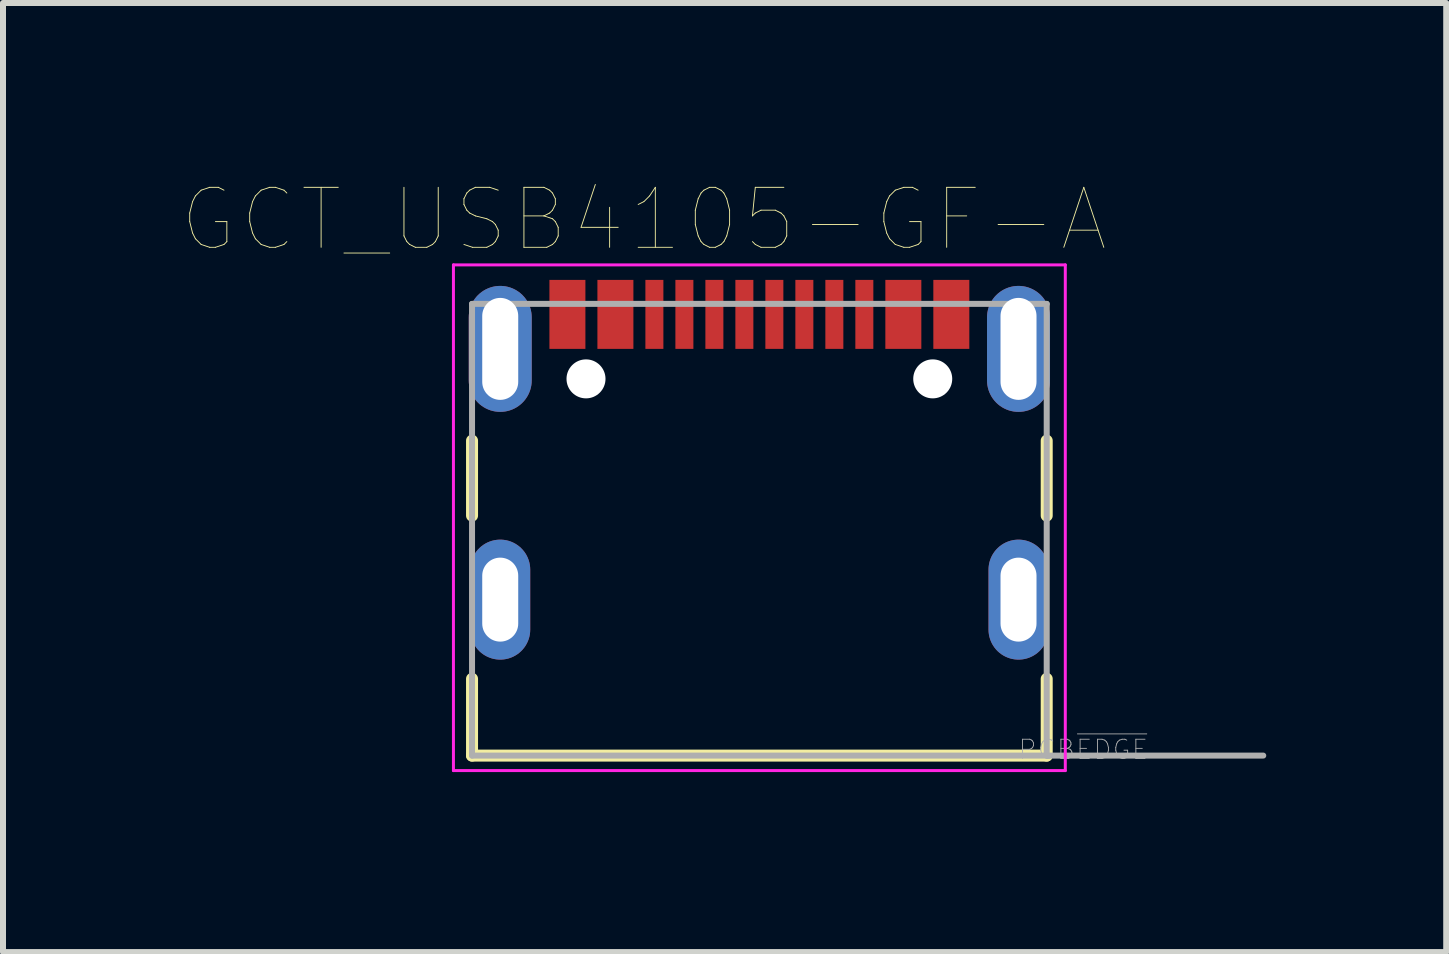
<source format=kicad_pcb>
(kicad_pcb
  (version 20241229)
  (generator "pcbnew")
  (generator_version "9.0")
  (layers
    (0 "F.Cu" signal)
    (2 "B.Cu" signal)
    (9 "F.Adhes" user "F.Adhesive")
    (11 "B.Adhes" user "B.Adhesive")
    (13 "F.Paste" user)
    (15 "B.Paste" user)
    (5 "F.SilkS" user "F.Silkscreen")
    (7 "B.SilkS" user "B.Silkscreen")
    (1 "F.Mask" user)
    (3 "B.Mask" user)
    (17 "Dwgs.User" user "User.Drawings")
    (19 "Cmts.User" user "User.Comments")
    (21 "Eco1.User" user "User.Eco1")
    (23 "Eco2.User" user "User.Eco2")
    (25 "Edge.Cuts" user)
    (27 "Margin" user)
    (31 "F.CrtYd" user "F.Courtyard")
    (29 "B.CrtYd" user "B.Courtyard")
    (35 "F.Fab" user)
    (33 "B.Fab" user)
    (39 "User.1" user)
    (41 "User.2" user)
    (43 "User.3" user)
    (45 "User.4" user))
  (footprint "GCT_USB4105-GF-A"
    (layer "F.Cu")
    (at 9.609 6.946)
    (property "Reference" "GCT_USB4105-GF-A" (at -1.925 -6.335 0) (layer "F.SilkS") (effects (font (size 1 1) (thickness 0.015))))
    (attr through_hole)
    (fp_line (start -4.79 -2.65) (end -4.79 -1.4) (stroke (width 0.2) (type solid)) (layer "F.SilkS"))
    (fp_line (start -4.79 1.32) (end -4.79 2.6) (stroke (width 0.2) (type solid)) (layer "F.SilkS"))
    (fp_line (start -4.79 2.6) (end 4.79 2.6) (stroke (width 0.2) (type solid)) (layer "F.SilkS"))
    (fp_line (start 4.79 -2.65) (end 4.79 -1.4) (stroke (width 0.2) (type solid)) (layer "F.SilkS"))
    (fp_line (start 4.79 2.6) (end 4.79 1.32) (stroke (width 0.2) (type solid)) (layer "F.SilkS"))
    (fp_line (start -5.1 -5.58) (end -5.1 2.85) (stroke (width 0.05) (type solid)) (layer "F.CrtYd"))
    (fp_line (start -5.1 2.85) (end 5.1 2.85) (stroke (width 0.05) (type solid)) (layer "F.CrtYd"))
    (fp_line (start 5.1 -5.58) (end -5.1 -5.58) (stroke (width 0.05) (type solid)) (layer "F.CrtYd"))
    (fp_line (start 5.1 2.85) (end 5.1 -5.58) (stroke (width 0.05) (type solid)) (layer "F.CrtYd"))
    (fp_line (start -4.79 -4.93) (end 4.79 -4.93) (stroke (width 0.1) (type solid)) (layer "F.Fab"))
    (fp_line (start -4.79 2.6) (end -4.79 -4.93) (stroke (width 0.1) (type solid)) (layer "F.Fab"))
    (fp_line (start 4.79 -4.93) (end 4.79 2.6) (stroke (width 0.1) (type solid)) (layer "F.Fab"))
    (fp_line (start 4.79 2.6) (end -4.79 2.6) (stroke (width 0.1) (type solid)) (layer "F.Fab"))
    (fp_line (start 4.8 2.6) (end 8.4 2.6) (stroke (width 0.1) (type solid)) (layer "F.Fab"))
    (fp_text user "PCB~{EDGE}" (at 5.4 2.5 0) (layer "F.Fab") (effects (font (size 0.32 0.32) (thickness 0.015))))
    (pad "" np_thru_hole circle (at -2.89 -3.68) (size 0.65 0.65) (drill 0.65) (layers "*.Cu" "*.Mask"))
    (pad "" np_thru_hole circle (at 2.89 -3.68) (size 0.65 0.65) (drill 0.65) (layers "*.Cu" "*.Mask"))
    (pad "A1/B12" smd rect (at -3.2 -4.755) (size 0.6 1.15) (layers "F.Cu" "F.Mask" "F.Paste"))
    (pad "A4/B9" smd rect (at -2.4 -4.755) (size 0.6 1.15) (layers "F.Cu" "F.Mask" "F.Paste"))
    (pad "A5" smd rect (at -1.25 -4.755) (size 0.3 1.15) (layers "F.Cu" "F.Mask" "F.Paste"))
    (pad "A6" smd rect (at -0.25 -4.755) (size 0.3 1.15) (layers "F.Cu" "F.Mask" "F.Paste"))
    (pad "A7" smd rect (at 0.25 -4.755) (size 0.3 1.15) (layers "F.Cu" "F.Mask" "F.Paste"))
    (pad "A8" smd rect (at 1.25 -4.755) (size 0.3 1.15) (layers "F.Cu" "F.Mask" "F.Paste"))
    (pad "B1/A12" smd rect (at 3.2 -4.755) (size 0.6 1.15) (layers "F.Cu" "F.Mask" "F.Paste"))
    (pad "B4/A9" smd rect (at 2.4 -4.755) (size 0.6 1.15) (layers "F.Cu" "F.Mask" "F.Paste"))
    (pad "B5" smd rect (at 1.75 -4.755) (size 0.3 1.15) (layers "F.Cu" "F.Mask" "F.Paste"))
    (pad "B6" smd rect (at 0.75 -4.755) (size 0.3 1.15) (layers "F.Cu" "F.Mask" "F.Paste"))
    (pad "B7" smd rect (at -0.75 -4.755) (size 0.3 1.15) (layers "F.Cu" "F.Mask" "F.Paste"))
    (pad "B8" smd rect (at -1.75 -4.755) (size 0.3 1.15) (layers "F.Cu" "F.Mask" "F.Paste"))
    (pad "G1" thru_hole oval (at -4.32 0) (size 1 2) (drill oval 0.6 1.4) (layers "*.Cu" "*.Mask"))
    (pad "G2" thru_hole oval (at 4.32 0) (size 1 2) (drill oval 0.6 1.4) (layers "*.Cu" "*.Mask"))
    (pad "G3" thru_hole oval (at -4.32 -4.18) (size 1.05 2.1) (drill oval 0.6 1.7) (layers "*.Cu" "*.Mask"))
    (pad "G4" thru_hole oval (at 4.32 -4.18) (size 1.05 2.1) (drill oval 0.6 1.7) (layers "*.Cu" "*.Mask")))
  (gr_rect
    (start -3 -3)
    (end 21.059 12.821)
    (stroke (width 0.1) (type default))
    (fill no)
    (layer "Edge.Cuts")))
</source>
